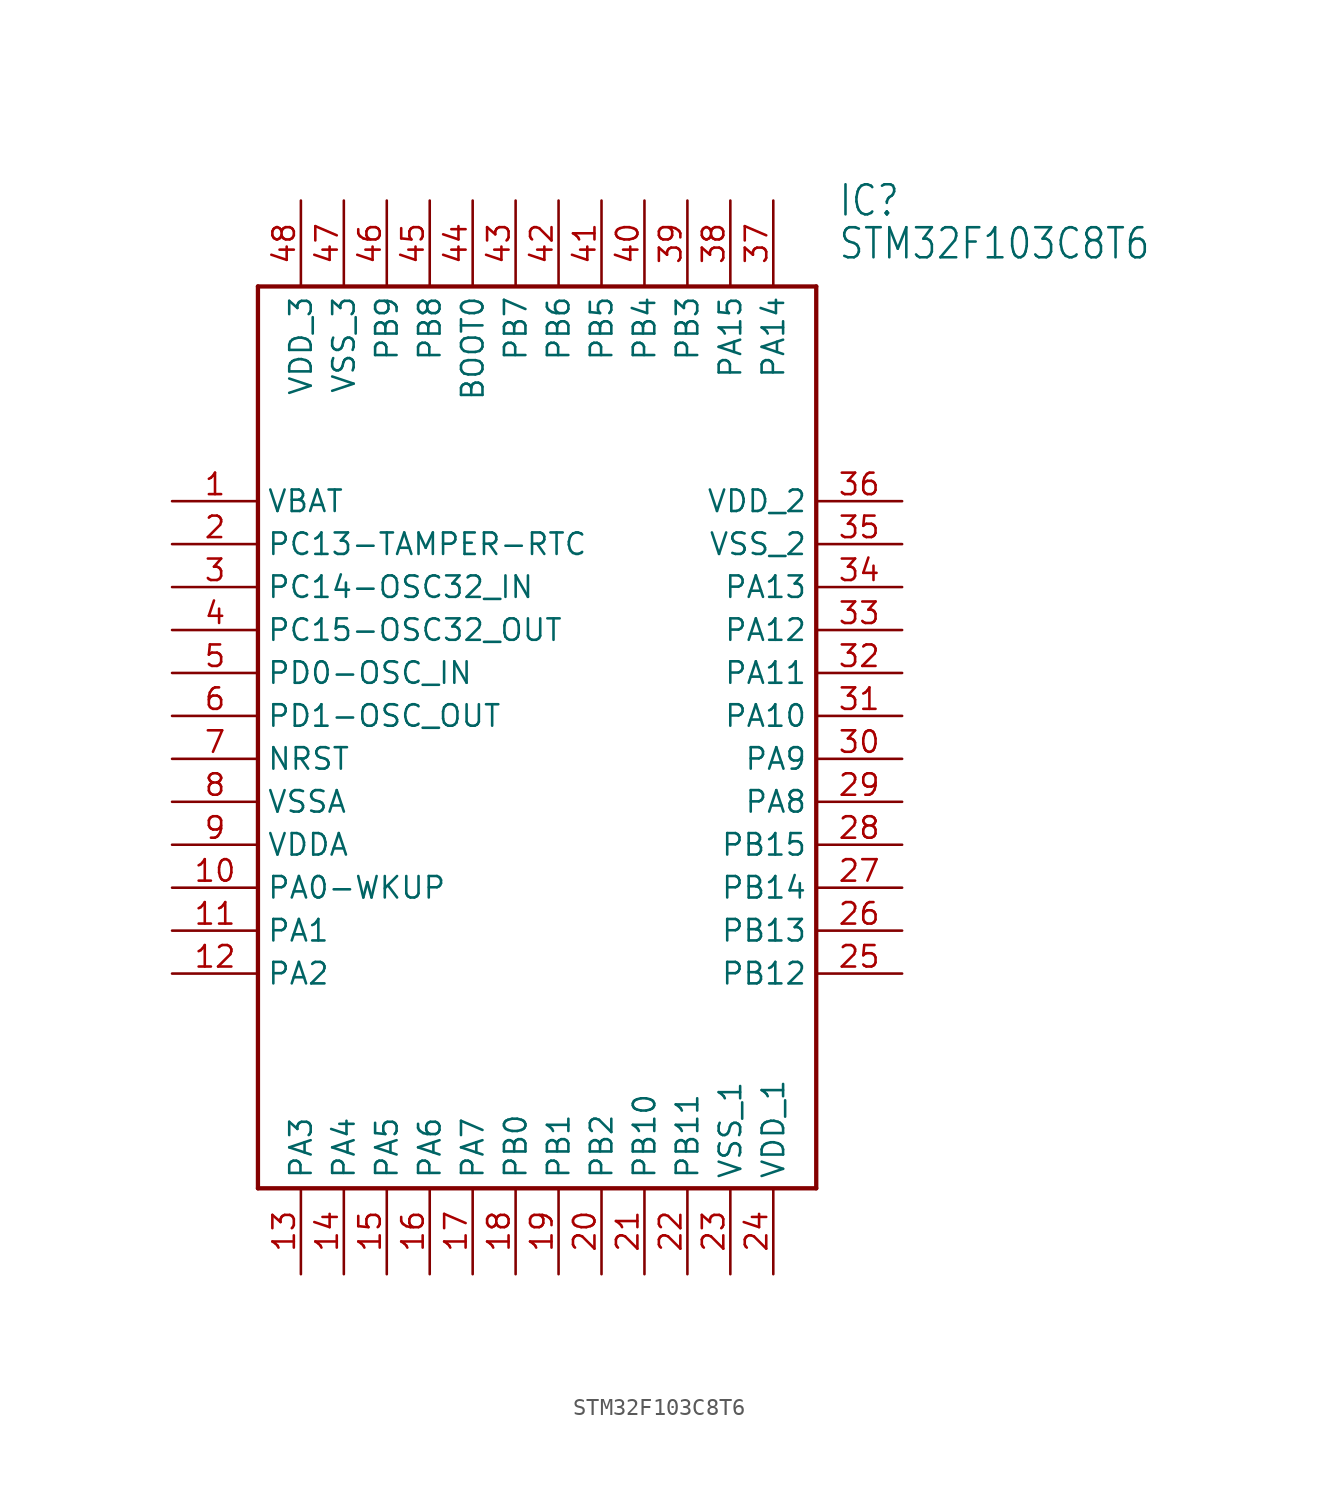
<source format=kicad_sym>
(kicad_symbol_lib
  (version 20211014)
  (generator kicad_symbol_editor)
  (symbol "STM32F103C8T6"
    (property "Reference" "IC"
      (at 16.51 30.48 0)
      (effects (font (size 1.778 1.511)) (justify left)))
    (property "Value" "STM32F103C8T6"
      (at 16.51 27.94 0)
      (effects (font (size 1.778 1.511)) (justify left)))
    (property "ki_locked" ""
      (at 0 0 0)
      (effects (font (size 1.27 1.27))))
    (symbol "STM32F103C8T6_1_0"
      (polyline (pts (xy -17.78 25.4) (xy -17.78 -27.94)) (stroke (width 0.254) (type default) (color 0 0 0 0)) (fill (type none)))
      (polyline (pts (xy -17.78 25.4) (xy 15.24 25.4)) (stroke (width 0.254) (type default) (color 0 0 0 0)) (fill (type none)))
      (polyline (pts (xy 15.24 -27.94) (xy -17.78 -27.94)) (stroke (width 0.254) (type default) (color 0 0 0 0)) (fill (type none)))
      (polyline (pts (xy 15.24 -27.94) (xy 15.24 25.4)) (stroke (width 0.254) (type default) (color 0 0 0 0)) (fill (type none)))
      (pin bidirectional line (at -22.86 12.7 0) (length 5.08) (name "VBAT" (effects (font (size 1.27 1.27)))) (number "1" (effects (font (size 1.27 1.27)))))
      (pin bidirectional line (at -22.86 -10.16 0) (length 5.08) (name "PA0-WKUP" (effects (font (size 1.27 1.27)))) (number "10" (effects (font (size 1.27 1.27)))))
      (pin bidirectional line (at -22.86 -12.7 0) (length 5.08) (name "PA1" (effects (font (size 1.27 1.27)))) (number "11" (effects (font (size 1.27 1.27)))))
      (pin bidirectional line (at -22.86 -15.24 0) (length 5.08) (name "PA2" (effects (font (size 1.27 1.27)))) (number "12" (effects (font (size 1.27 1.27)))))
      (pin bidirectional line (at -15.24 -33.02 90) (length 5.08) (name "PA3" (effects (font (size 1.27 1.27)))) (number "13" (effects (font (size 1.27 1.27)))))
      (pin bidirectional line (at -12.7 -33.02 90) (length 5.08) (name "PA4" (effects (font (size 1.27 1.27)))) (number "14" (effects (font (size 1.27 1.27)))))
      (pin bidirectional line (at -10.16 -33.02 90) (length 5.08) (name "PA5" (effects (font (size 1.27 1.27)))) (number "15" (effects (font (size 1.27 1.27)))))
      (pin bidirectional line (at -7.62 -33.02 90) (length 5.08) (name "PA6" (effects (font (size 1.27 1.27)))) (number "16" (effects (font (size 1.27 1.27)))))
      (pin bidirectional line (at -5.08 -33.02 90) (length 5.08) (name "PA7" (effects (font (size 1.27 1.27)))) (number "17" (effects (font (size 1.27 1.27)))))
      (pin bidirectional line (at -2.54 -33.02 90) (length 5.08) (name "PB0" (effects (font (size 1.27 1.27)))) (number "18" (effects (font (size 1.27 1.27)))))
      (pin bidirectional line (at 0 -33.02 90) (length 5.08) (name "PB1" (effects (font (size 1.27 1.27)))) (number "19" (effects (font (size 1.27 1.27)))))
      (pin bidirectional line (at -22.86 10.16 0) (length 5.08) (name "PC13-TAMPER-RTC" (effects (font (size 1.27 1.27)))) (number "2" (effects (font (size 1.27 1.27)))))
      (pin bidirectional line (at 2.54 -33.02 90) (length 5.08) (name "PB2" (effects (font (size 1.27 1.27)))) (number "20" (effects (font (size 1.27 1.27)))))
      (pin bidirectional line (at 5.08 -33.02 90) (length 5.08) (name "PB10" (effects (font (size 1.27 1.27)))) (number "21" (effects (font (size 1.27 1.27)))))
      (pin bidirectional line (at 7.62 -33.02 90) (length 5.08) (name "PB11" (effects (font (size 1.27 1.27)))) (number "22" (effects (font (size 1.27 1.27)))))
      (pin power_in line (at 10.16 -33.02 90) (length 5.08) (name "VSS_1" (effects (font (size 1.27 1.27)))) (number "23" (effects (font (size 1.27 1.27)))))
      (pin power_in line (at 12.7 -33.02 90) (length 5.08) (name "VDD_1" (effects (font (size 1.27 1.27)))) (number "24" (effects (font (size 1.27 1.27)))))
      (pin bidirectional line (at 20.32 -15.24 180) (length 5.08) (name "PB12" (effects (font (size 1.27 1.27)))) (number "25" (effects (font (size 1.27 1.27)))))
      (pin bidirectional line (at 20.32 -12.7 180) (length 5.08) (name "PB13" (effects (font (size 1.27 1.27)))) (number "26" (effects (font (size 1.27 1.27)))))
      (pin bidirectional line (at 20.32 -10.16 180) (length 5.08) (name "PB14" (effects (font (size 1.27 1.27)))) (number "27" (effects (font (size 1.27 1.27)))))
      (pin bidirectional line (at 20.32 -7.62 180) (length 5.08) (name "PB15" (effects (font (size 1.27 1.27)))) (number "28" (effects (font (size 1.27 1.27)))))
      (pin bidirectional line (at 20.32 -5.08 180) (length 5.08) (name "PA8" (effects (font (size 1.27 1.27)))) (number "29" (effects (font (size 1.27 1.27)))))
      (pin input line (at -22.86 7.62 0) (length 5.08) (name "PC14-OSC32_IN" (effects (font (size 1.27 1.27)))) (number "3" (effects (font (size 1.27 1.27)))))
      (pin bidirectional line (at 20.32 -2.54 180) (length 5.08) (name "PA9" (effects (font (size 1.27 1.27)))) (number "30" (effects (font (size 1.27 1.27)))))
      (pin bidirectional line (at 20.32 0 180) (length 5.08) (name "PA10" (effects (font (size 1.27 1.27)))) (number "31" (effects (font (size 1.27 1.27)))))
      (pin bidirectional line (at 20.32 2.54 180) (length 5.08) (name "PA11" (effects (font (size 1.27 1.27)))) (number "32" (effects (font (size 1.27 1.27)))))
      (pin bidirectional line (at 20.32 5.08 180) (length 5.08) (name "PA12" (effects (font (size 1.27 1.27)))) (number "33" (effects (font (size 1.27 1.27)))))
      (pin bidirectional line (at 20.32 7.62 180) (length 5.08) (name "PA13" (effects (font (size 1.27 1.27)))) (number "34" (effects (font (size 1.27 1.27)))))
      (pin power_in line (at 20.32 10.16 180) (length 5.08) (name "VSS_2" (effects (font (size 1.27 1.27)))) (number "35" (effects (font (size 1.27 1.27)))))
      (pin power_in line (at 20.32 12.7 180) (length 5.08) (name "VDD_2" (effects (font (size 1.27 1.27)))) (number "36" (effects (font (size 1.27 1.27)))))
      (pin bidirectional line (at 12.7 30.48 270) (length 5.08) (name "PA14" (effects (font (size 1.27 1.27)))) (number "37" (effects (font (size 1.27 1.27)))))
      (pin bidirectional line (at 10.16 30.48 270) (length 5.08) (name "PA15" (effects (font (size 1.27 1.27)))) (number "38" (effects (font (size 1.27 1.27)))))
      (pin bidirectional line (at 7.62 30.48 270) (length 5.08) (name "PB3" (effects (font (size 1.27 1.27)))) (number "39" (effects (font (size 1.27 1.27)))))
      (pin output line (at -22.86 5.08 0) (length 5.08) (name "PC15-OSC32_OUT" (effects (font (size 1.27 1.27)))) (number "4" (effects (font (size 1.27 1.27)))))
      (pin bidirectional line (at 5.08 30.48 270) (length 5.08) (name "PB4" (effects (font (size 1.27 1.27)))) (number "40" (effects (font (size 1.27 1.27)))))
      (pin bidirectional line (at 2.54 30.48 270) (length 5.08) (name "PB5" (effects (font (size 1.27 1.27)))) (number "41" (effects (font (size 1.27 1.27)))))
      (pin bidirectional line (at 0 30.48 270) (length 5.08) (name "PB6" (effects (font (size 1.27 1.27)))) (number "42" (effects (font (size 1.27 1.27)))))
      (pin bidirectional line (at -2.54 30.48 270) (length 5.08) (name "PB7" (effects (font (size 1.27 1.27)))) (number "43" (effects (font (size 1.27 1.27)))))
      (pin bidirectional line (at -5.08 30.48 270) (length 5.08) (name "BOOT0" (effects (font (size 1.27 1.27)))) (number "44" (effects (font (size 1.27 1.27)))))
      (pin bidirectional line (at -7.62 30.48 270) (length 5.08) (name "PB8" (effects (font (size 1.27 1.27)))) (number "45" (effects (font (size 1.27 1.27)))))
      (pin bidirectional line (at -10.16 30.48 270) (length 5.08) (name "PB9" (effects (font (size 1.27 1.27)))) (number "46" (effects (font (size 1.27 1.27)))))
      (pin power_in line (at -12.7 30.48 270) (length 5.08) (name "VSS_3" (effects (font (size 1.27 1.27)))) (number "47" (effects (font (size 1.27 1.27)))))
      (pin power_in line (at -15.24 30.48 270) (length 5.08) (name "VDD_3" (effects (font (size 1.27 1.27)))) (number "48" (effects (font (size 1.27 1.27)))))
      (pin input line (at -22.86 2.54 0) (length 5.08) (name "PD0-OSC_IN" (effects (font (size 1.27 1.27)))) (number "5" (effects (font (size 1.27 1.27)))))
      (pin output line (at -22.86 0 0) (length 5.08) (name "PD1-OSC_OUT" (effects (font (size 1.27 1.27)))) (number "6" (effects (font (size 1.27 1.27)))))
      (pin input line (at -22.86 -2.54 0) (length 5.08) (name "NRST" (effects (font (size 1.27 1.27)))) (number "7" (effects (font (size 1.27 1.27)))))
      (pin power_in line (at -22.86 -5.08 0) (length 5.08) (name "VSSA" (effects (font (size 1.27 1.27)))) (number "8" (effects (font (size 1.27 1.27)))))
      (pin power_in line (at -22.86 -7.62 0) (length 5.08) (name "VDDA" (effects (font (size 1.27 1.27)))) (number "9" (effects (font (size 1.27 1.27))))))))
</source>
